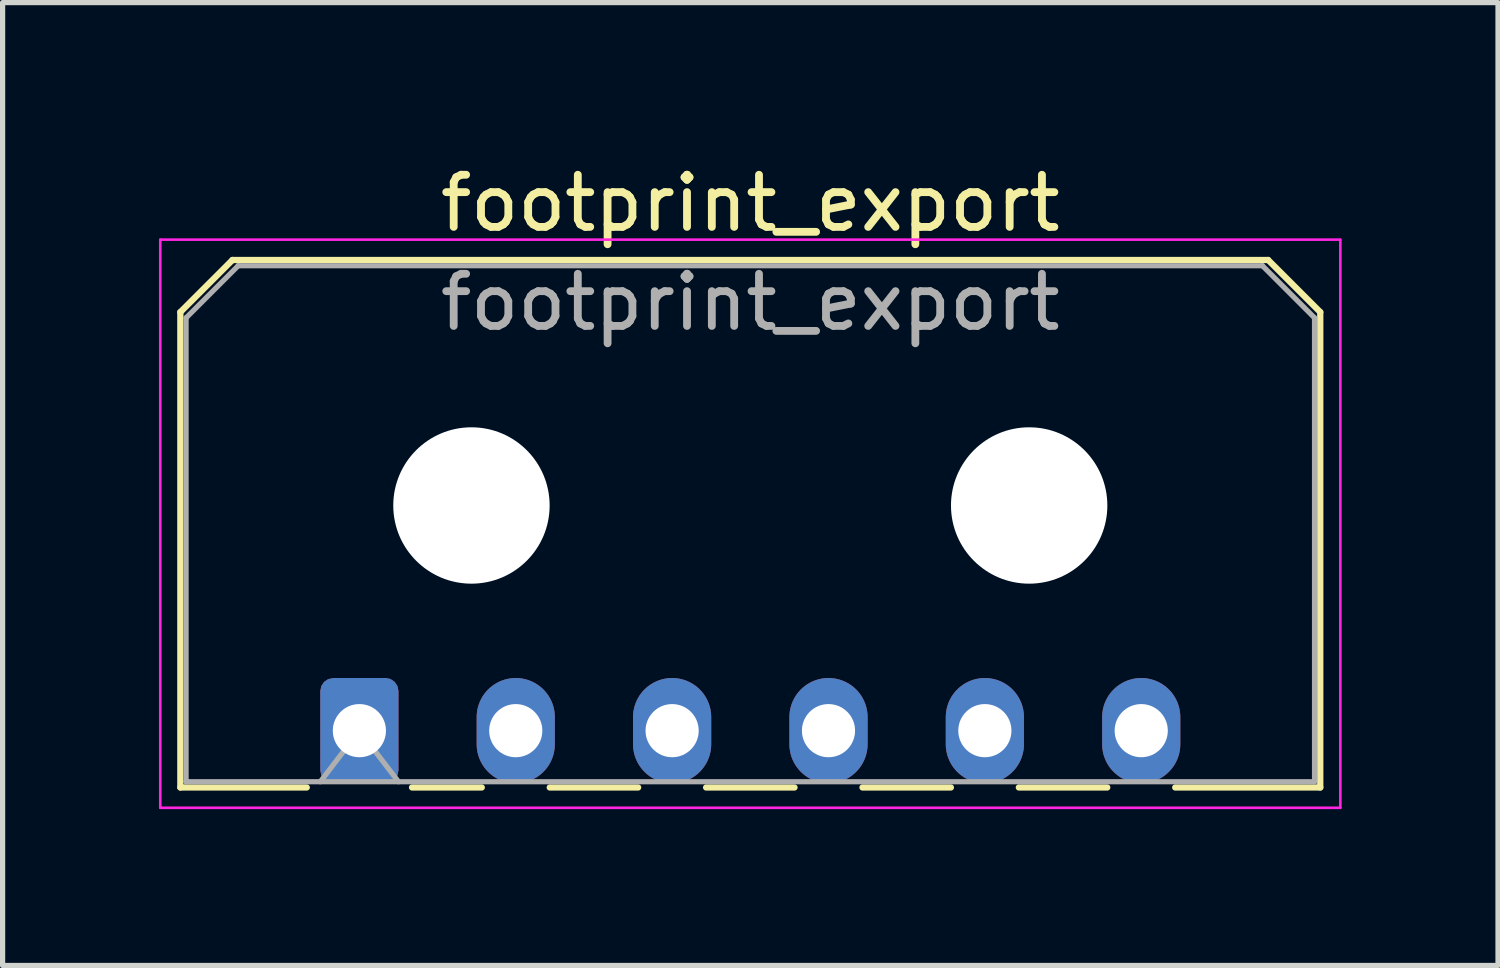
<source format=kicad_pcb>
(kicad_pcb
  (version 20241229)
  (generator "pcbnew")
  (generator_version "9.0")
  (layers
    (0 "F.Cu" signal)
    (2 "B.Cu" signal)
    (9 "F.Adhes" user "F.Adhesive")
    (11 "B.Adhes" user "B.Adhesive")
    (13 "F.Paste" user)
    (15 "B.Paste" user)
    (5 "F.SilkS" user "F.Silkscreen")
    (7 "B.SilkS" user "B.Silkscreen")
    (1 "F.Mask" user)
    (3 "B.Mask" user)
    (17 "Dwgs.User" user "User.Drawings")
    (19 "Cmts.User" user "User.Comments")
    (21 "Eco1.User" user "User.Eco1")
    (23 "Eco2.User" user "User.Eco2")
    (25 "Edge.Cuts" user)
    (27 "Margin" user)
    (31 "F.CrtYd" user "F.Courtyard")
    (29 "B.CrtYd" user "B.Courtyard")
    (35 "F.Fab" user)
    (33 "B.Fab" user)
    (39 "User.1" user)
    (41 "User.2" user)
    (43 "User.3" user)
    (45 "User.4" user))
  (footprint "footprint_export"
    (layer "F.Cu")
    (at 3.845 10.968)
    (property "Reference" "footprint_export" (at 7.5 -10.12 0) (layer "F.SilkS") (effects (font (size 1 1) (thickness 0.15))))
    (attr through_hole)
    (fp_line (start -3.435 -8.03) (end -2.435 -9.03) (stroke (width 0.12) (type solid)) (layer "F.SilkS"))
    (fp_line (start -3.435 1.09) (end -3.435 -8.03) (stroke (width 0.12) (type solid)) (layer "F.SilkS"))
    (fp_line (start -3.435 1.09) (end -1.01 1.09) (stroke (width 0.12) (type solid)) (layer "F.SilkS"))
    (fp_line (start -2.435 -9.03) (end 17.435 -9.03) (stroke (width 0.12) (type solid)) (layer "F.SilkS"))
    (fp_line (start 1.01 1.09) (end 2.348 1.09) (stroke (width 0.12) (type solid)) (layer "F.SilkS"))
    (fp_line (start 3.652 1.09) (end 5.348 1.09) (stroke (width 0.12) (type solid)) (layer "F.SilkS"))
    (fp_line (start 6.652 1.09) (end 8.348 1.09) (stroke (width 0.12) (type solid)) (layer "F.SilkS"))
    (fp_line (start 9.652 1.09) (end 11.348 1.09) (stroke (width 0.12) (type solid)) (layer "F.SilkS"))
    (fp_line (start 12.652 1.09) (end 14.348 1.09) (stroke (width 0.12) (type solid)) (layer "F.SilkS"))
    (fp_line (start 17.435 -9.03) (end 18.435 -8.03) (stroke (width 0.12) (type solid)) (layer "F.SilkS"))
    (fp_line (start 18.435 -8.03) (end 18.435 1.09) (stroke (width 0.12) (type solid)) (layer "F.SilkS"))
    (fp_line (start 18.435 1.09) (end 15.652 1.09) (stroke (width 0.12) (type solid)) (layer "F.SilkS"))
    (fp_line (start -3.82 -9.42) (end 18.82 -9.42) (stroke (width 0.05) (type solid)) (layer "F.CrtYd"))
    (fp_line (start -3.82 1.48) (end -3.82 -9.42) (stroke (width 0.05) (type solid)) (layer "F.CrtYd"))
    (fp_line (start 18.82 -9.42) (end 18.82 1.48) (stroke (width 0.05) (type solid)) (layer "F.CrtYd"))
    (fp_line (start 18.82 1.48) (end -3.82 1.48) (stroke (width 0.05) (type solid)) (layer "F.CrtYd"))
    (fp_line (start -3.325 -7.92) (end -2.325 -8.92) (stroke (width 0.1) (type solid)) (layer "F.Fab"))
    (fp_line (start -3.325 0.98) (end -3.325 -7.92) (stroke (width 0.1) (type solid)) (layer "F.Fab"))
    (fp_line (start -2.325 -8.92) (end 17.325 -8.92) (stroke (width 0.1) (type solid)) (layer "F.Fab"))
    (fp_line (start -0.75 0.98) (end 0 0) (stroke (width 0.1) (type solid)) (layer "F.Fab"))
    (fp_line (start 0 0) (end 0.75 0.98) (stroke (width 0.1) (type solid)) (layer "F.Fab"))
    (fp_line (start 17.325 -8.92) (end 18.325 -7.92) (stroke (width 0.1) (type solid)) (layer "F.Fab"))
    (fp_line (start 18.325 -7.92) (end 18.325 0.98) (stroke (width 0.1) (type solid)) (layer "F.Fab"))
    (fp_line (start 18.325 0.98) (end -3.325 0.98) (stroke (width 0.1) (type solid)) (layer "F.Fab"))
    (fp_text user "${REFERENCE}" (at 7.5 -8.22 0) (layer "F.Fab") (effects (font (size 1 1) (thickness 0.15))))
    (pad "" np_thru_hole circle (at 2.15 -4.32) (size 3 3) (drill 3) (layers "*.Cu" "*.Mask"))
    (pad "" np_thru_hole circle (at 12.85 -4.32) (size 3 3) (drill 3) (layers "*.Cu" "*.Mask"))
    (pad "1" thru_hole roundrect (at 0 0) (size 1.5 2.02) (drill 1.02) (layers "*.Cu" "*.Mask") (roundrect_rratio 0.167))
    (pad "2" thru_hole oval (at 3 0) (size 1.5 2.02) (drill 1.02) (layers "*.Cu" "*.Mask"))
    (pad "3" thru_hole oval (at 6 0) (size 1.5 2.02) (drill 1.02) (layers "*.Cu" "*.Mask"))
    (pad "4" thru_hole oval (at 9 0) (size 1.5 2.02) (drill 1.02) (layers "*.Cu" "*.Mask"))
    (pad "5" thru_hole oval (at 12 0) (size 1.5 2.02) (drill 1.02) (layers "*.Cu" "*.Mask"))
    (pad "6" thru_hole oval (at 15 0) (size 1.5 2.02) (drill 1.02) (layers "*.Cu" "*.Mask")))
  (gr_rect
    (start -3 -3)
    (end 25.69 15.473)
    (stroke (width 0.1) (type default))
    (fill no)
    (layer "Edge.Cuts")))
</source>
